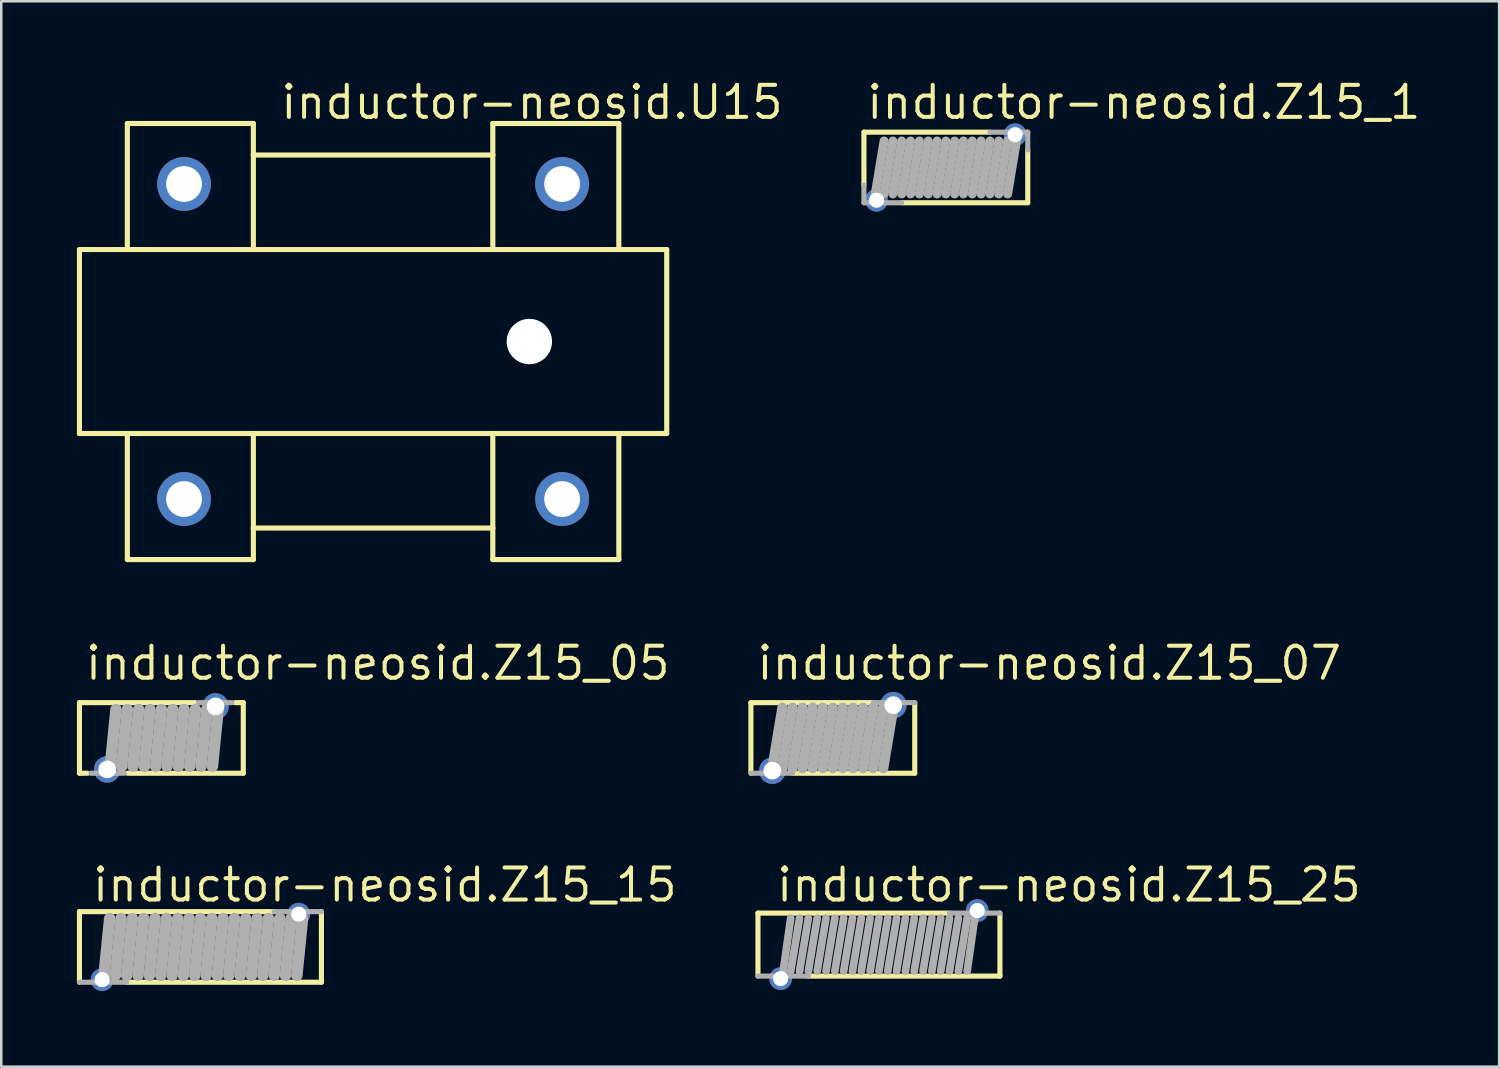
<source format=kicad_pcb>
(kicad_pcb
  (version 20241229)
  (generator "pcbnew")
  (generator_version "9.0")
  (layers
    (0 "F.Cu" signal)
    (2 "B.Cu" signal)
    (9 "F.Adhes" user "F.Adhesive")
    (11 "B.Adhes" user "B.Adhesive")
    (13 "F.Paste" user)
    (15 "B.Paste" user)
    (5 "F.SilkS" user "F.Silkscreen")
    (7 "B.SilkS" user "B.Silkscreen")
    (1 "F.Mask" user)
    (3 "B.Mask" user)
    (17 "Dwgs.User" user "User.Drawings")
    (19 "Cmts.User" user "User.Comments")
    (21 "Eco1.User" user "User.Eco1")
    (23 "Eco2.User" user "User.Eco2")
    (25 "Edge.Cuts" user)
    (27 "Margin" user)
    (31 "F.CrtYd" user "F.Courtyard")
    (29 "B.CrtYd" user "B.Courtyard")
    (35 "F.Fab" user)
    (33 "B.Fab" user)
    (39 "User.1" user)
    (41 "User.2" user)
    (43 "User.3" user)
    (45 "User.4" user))
  (footprint "inductor-neosid.Z15_05"
    (layer "F.Cu")
    (at 3.352 26.227)
    (property "Reference" "inductor-neosid.Z15_05" (at -3.1 -2.225 0) (layer "F.SilkS") (effects (font (size 1.27 1.27) (thickness 0.16)) (justify left bottom)))
    (attr through_hole)
    (fp_line (start -3.25 -1.4) (end -3.25 1.4) (stroke (width 0.203) (type default)) (layer "F.SilkS"))
    (fp_line (start -3.25 1.4) (end -2.925 1.4) (stroke (width 0.203) (type default)) (layer "F.SilkS"))
    (fp_line (start -1.35 1.4) (end 3.25 1.4) (stroke (width 0.203) (type default)) (layer "F.SilkS"))
    (fp_line (start 1.35 -1.4) (end -3.25 -1.4) (stroke (width 0.203) (type default)) (layer "F.SilkS"))
    (fp_line (start 3.25 -1.4) (end 2.925 -1.4) (stroke (width 0.203) (type default)) (layer "F.SilkS"))
    (fp_line (start 3.25 1.4) (end 3.25 -1.4) (stroke (width 0.203) (type default)) (layer "F.SilkS"))
    (fp_line (start -2.8 1.4) (end -1.475 1.4) (stroke (width 0.203) (type default)) (layer "F.Fab"))
    (fp_line (start -2.025 1.125) (end -1.8 -1.125) (stroke (width 0.457) (type default)) (layer "F.Fab"))
    (fp_line (start -1.575 1.125) (end -1.35 -1.125) (stroke (width 0.457) (type default)) (layer "F.Fab"))
    (fp_line (start -1.125 1.125) (end -0.9 -1.125) (stroke (width 0.457) (type default)) (layer "F.Fab"))
    (fp_line (start -0.675 1.125) (end -0.45 -1.125) (stroke (width 0.457) (type default)) (layer "F.Fab"))
    (fp_line (start -0.225 1.125) (end 0 -1.125) (stroke (width 0.457) (type default)) (layer "F.Fab"))
    (fp_line (start 0.225 1.125) (end 0.45 -1.125) (stroke (width 0.457) (type default)) (layer "F.Fab"))
    (fp_line (start 0.675 1.125) (end 0.9 -1.125) (stroke (width 0.457) (type default)) (layer "F.Fab"))
    (fp_line (start 1.125 1.125) (end 1.35 -1.125) (stroke (width 0.457) (type default)) (layer "F.Fab"))
    (fp_line (start 1.575 1.125) (end 1.8 -1.125) (stroke (width 0.457) (type default)) (layer "F.Fab"))
    (fp_line (start 2.025 1.125) (end 2.25 -1.125) (stroke (width 0.457) (type default)) (layer "F.Fab"))
    (fp_line (start 2.8 -1.4) (end 1.475 -1.4) (stroke (width 0.203) (type default)) (layer "F.Fab"))
    (pad "1" thru_hole circle (at -2.15 1.25) (size 1.05 1.05) (drill 0.7) (layers "*.Cu" "*.Mask"))
    (pad "2" thru_hole circle (at 2.15 -1.25) (size 1.05 1.05) (drill 0.7) (layers "*.Cu" "*.Mask")))
  (footprint "inductor-neosid.Z15_15"
    (layer "F.Cu")
    (at 4.902 34.519)
    (property "Reference" "inductor-neosid.Z15_15" (at -4.37 -1.717 0) (layer "F.SilkS") (effects (font (size 1.27 1.27) (thickness 0.16)) (justify left bottom)))
    (attr through_hole)
    (fp_line (start -4.8 -1.4) (end 2.925 -1.4) (stroke (width 0.203) (type default)) (layer "F.SilkS"))
    (fp_line (start -4.8 1.4) (end -4.8 -1.4) (stroke (width 0.203) (type default)) (layer "F.SilkS"))
    (fp_line (start 4.8 -1.4) (end 4.8 1.4) (stroke (width 0.203) (type default)) (layer "F.SilkS"))
    (fp_line (start 4.8 1.4) (end -2.925 1.4) (stroke (width 0.203) (type default)) (layer "F.SilkS"))
    (fp_line (start -3.825 1.125) (end -3.6 -1.125) (stroke (width 0.457) (type default)) (layer "F.Fab"))
    (fp_line (start -3.375 1.125) (end -3.15 -1.125) (stroke (width 0.457) (type default)) (layer "F.Fab"))
    (fp_line (start -2.925 1.125) (end -2.7 -1.125) (stroke (width 0.457) (type default)) (layer "F.Fab"))
    (fp_line (start -2.925 1.4) (end -4.8 1.4) (stroke (width 0.203) (type default)) (layer "F.Fab"))
    (fp_line (start -2.475 1.125) (end -2.25 -1.125) (stroke (width 0.457) (type default)) (layer "F.Fab"))
    (fp_line (start -2.025 1.125) (end -1.8 -1.125) (stroke (width 0.457) (type default)) (layer "F.Fab"))
    (fp_line (start -1.575 1.125) (end -1.35 -1.125) (stroke (width 0.457) (type default)) (layer "F.Fab"))
    (fp_line (start -1.125 1.125) (end -0.9 -1.125) (stroke (width 0.457) (type default)) (layer "F.Fab"))
    (fp_line (start -0.675 1.125) (end -0.45 -1.125) (stroke (width 0.457) (type default)) (layer "F.Fab"))
    (fp_line (start -0.225 1.125) (end 0 -1.125) (stroke (width 0.457) (type default)) (layer "F.Fab"))
    (fp_line (start 0.225 1.125) (end 0.45 -1.125) (stroke (width 0.457) (type default)) (layer "F.Fab"))
    (fp_line (start 0.675 1.125) (end 0.9 -1.125) (stroke (width 0.457) (type default)) (layer "F.Fab"))
    (fp_line (start 1.125 1.125) (end 1.35 -1.125) (stroke (width 0.457) (type default)) (layer "F.Fab"))
    (fp_line (start 1.575 1.125) (end 1.8 -1.125) (stroke (width 0.457) (type default)) (layer "F.Fab"))
    (fp_line (start 2.025 1.125) (end 2.25 -1.125) (stroke (width 0.457) (type default)) (layer "F.Fab"))
    (fp_line (start 2.475 1.125) (end 2.7 -1.125) (stroke (width 0.457) (type default)) (layer "F.Fab"))
    (fp_line (start 2.925 -1.4) (end 4.8 -1.4) (stroke (width 0.203) (type default)) (layer "F.Fab"))
    (fp_line (start 2.925 1.125) (end 3.15 -1.125) (stroke (width 0.457) (type default)) (layer "F.Fab"))
    (fp_line (start 3.375 1.125) (end 3.6 -1.125) (stroke (width 0.457) (type default)) (layer "F.Fab"))
    (fp_line (start 3.825 1.125) (end 4.05 -1.125) (stroke (width 0.457) (type default)) (layer "F.Fab"))
    (pad "1" thru_hole circle (at -3.9 1.3) (size 0.9 0.9) (drill 0.6) (layers "*.Cu" "*.Mask"))
    (pad "2" thru_hole circle (at 3.9 -1.3) (size 0.9 0.9) (drill 0.6) (layers "*.Cu" "*.Mask")))
  (footprint "inductor-neosid.Z15_1"
    (layer "F.Cu")
    (at 34.476 3.594)
    (property "Reference" "inductor-neosid.Z15_1" (at -3.227 -1.844 0) (layer "F.SilkS") (effects (font (size 1.27 1.27) (thickness 0.16)) (justify left bottom)))
    (attr through_hole)
    (fp_line (start -3.25 -1.4) (end -3.25 0.7) (stroke (width 0.203) (type default)) (layer "F.SilkS"))
    (fp_line (start -1.75 1.4) (end 3.25 1.4) (stroke (width 0.203) (type default)) (layer "F.SilkS"))
    (fp_line (start 1.75 -1.4) (end -3.25 -1.4) (stroke (width 0.203) (type default)) (layer "F.SilkS"))
    (fp_line (start 3.25 1.4) (end 3.25 -0.7) (stroke (width 0.203) (type default)) (layer "F.SilkS"))
    (fp_line (start -3.25 0.7) (end -3.25 1.4) (stroke (width 0.203) (type default)) (layer "F.Fab"))
    (fp_line (start -3.25 1.4) (end -1.75 1.4) (stroke (width 0.203) (type default)) (layer "F.Fab"))
    (fp_line (start -2.8 1.05) (end -2.45 -1.05) (stroke (width 0.356) (type default)) (layer "F.Fab"))
    (fp_line (start -2.45 1.05) (end -2.1 -1.05) (stroke (width 0.356) (type default)) (layer "F.Fab"))
    (fp_line (start -2.1 1.05) (end -1.75 -1.05) (stroke (width 0.356) (type default)) (layer "F.Fab"))
    (fp_line (start -1.75 1.05) (end -1.4 -1.05) (stroke (width 0.356) (type default)) (layer "F.Fab"))
    (fp_line (start -1.4 1.05) (end -1.05 -1.05) (stroke (width 0.356) (type default)) (layer "F.Fab"))
    (fp_line (start -1.05 1.05) (end -0.7 -1.05) (stroke (width 0.356) (type default)) (layer "F.Fab"))
    (fp_line (start -0.7 1.05) (end -0.35 -1.05) (stroke (width 0.356) (type default)) (layer "F.Fab"))
    (fp_line (start -0.35 1.05) (end 0 -1.05) (stroke (width 0.356) (type default)) (layer "F.Fab"))
    (fp_line (start 0 1.05) (end 0.35 -1.05) (stroke (width 0.356) (type default)) (layer "F.Fab"))
    (fp_line (start 0.35 1.05) (end 0.7 -1.05) (stroke (width 0.356) (type default)) (layer "F.Fab"))
    (fp_line (start 0.7 1.05) (end 1.05 -1.05) (stroke (width 0.356) (type default)) (layer "F.Fab"))
    (fp_line (start 1.05 1.05) (end 1.4 -1.05) (stroke (width 0.356) (type default)) (layer "F.Fab"))
    (fp_line (start 1.4 1.05) (end 1.75 -1.05) (stroke (width 0.356) (type default)) (layer "F.Fab"))
    (fp_line (start 1.75 1.05) (end 2.1 -1.05) (stroke (width 0.356) (type default)) (layer "F.Fab"))
    (fp_line (start 2.1 1.05) (end 2.45 -1.05) (stroke (width 0.356) (type default)) (layer "F.Fab"))
    (fp_line (start 2.45 1.05) (end 2.8 -1.05) (stroke (width 0.356) (type default)) (layer "F.Fab"))
    (fp_line (start 3.25 -1.4) (end 1.75 -1.4) (stroke (width 0.203) (type default)) (layer "F.Fab"))
    (fp_line (start 3.25 -0.7) (end 3.25 -1.4) (stroke (width 0.203) (type default)) (layer "F.Fab"))
    (pad "1" thru_hole circle (at -2.75 1.3) (size 0.9 0.9) (drill 0.6) (layers "*.Cu" "*.Mask"))
    (pad "2" thru_hole circle (at 2.75 -1.3) (size 0.9 0.9) (drill 0.6) (layers "*.Cu" "*.Mask")))
  (footprint "inductor-neosid.U15"
    (layer "F.Cu")
    (at 11.752 10.5)
    (property "Reference" "inductor-neosid.U15" (at -3.75 -8.75 0) (layer "F.SilkS") (effects (font (size 1.27 1.27) (thickness 0.16)) (justify left bottom)))
    (attr through_hole)
    (fp_line (start -11.65 -3.65) (end -11.65 3.65) (stroke (width 0.203) (type default)) (layer "F.SilkS"))
    (fp_line (start -11.65 3.65) (end -9.75 3.65) (stroke (width 0.203) (type default)) (layer "F.SilkS"))
    (fp_line (start -9.75 -8.65) (end -9.75 -3.65) (stroke (width 0.203) (type default)) (layer "F.SilkS"))
    (fp_line (start -9.75 -3.65) (end -11.65 -3.65) (stroke (width 0.203) (type default)) (layer "F.SilkS"))
    (fp_line (start -9.75 3.65) (end -9.75 8.65) (stroke (width 0.203) (type default)) (layer "F.SilkS"))
    (fp_line (start -9.75 3.65) (end -4.75 3.65) (stroke (width 0.203) (type default)) (layer "F.SilkS"))
    (fp_line (start -9.75 8.65) (end -4.75 8.65) (stroke (width 0.203) (type default)) (layer "F.SilkS"))
    (fp_line (start -4.75 -8.65) (end -9.75 -8.65) (stroke (width 0.203) (type default)) (layer "F.SilkS"))
    (fp_line (start -4.75 -8.65) (end -4.75 -7.4) (stroke (width 0.203) (type default)) (layer "F.SilkS"))
    (fp_line (start -4.75 -7.4) (end -4.75 -3.65) (stroke (width 0.203) (type default)) (layer "F.SilkS"))
    (fp_line (start -4.75 -3.65) (end -9.75 -3.65) (stroke (width 0.203) (type default)) (layer "F.SilkS"))
    (fp_line (start -4.75 3.65) (end -4.75 7.4) (stroke (width 0.203) (type default)) (layer "F.SilkS"))
    (fp_line (start -4.75 3.65) (end 4.75 3.65) (stroke (width 0.203) (type default)) (layer "F.SilkS"))
    (fp_line (start -4.75 7.4) (end -4.75 8.65) (stroke (width 0.203) (type default)) (layer "F.SilkS"))
    (fp_line (start -4.75 7.4) (end 4.75 7.4) (stroke (width 0.203) (type default)) (layer "F.SilkS"))
    (fp_line (start 4.75 -7.4) (end -4.75 -7.4) (stroke (width 0.203) (type default)) (layer "F.SilkS"))
    (fp_line (start 4.75 -7.4) (end 4.75 -8.65) (stroke (width 0.203) (type default)) (layer "F.SilkS"))
    (fp_line (start 4.75 -3.65) (end -4.75 -3.65) (stroke (width 0.203) (type default)) (layer "F.SilkS"))
    (fp_line (start 4.75 -3.65) (end 4.75 -7.4) (stroke (width 0.203) (type default)) (layer "F.SilkS"))
    (fp_line (start 4.75 3.65) (end 9.75 3.65) (stroke (width 0.203) (type default)) (layer "F.SilkS"))
    (fp_line (start 4.75 7.4) (end 4.75 3.65) (stroke (width 0.203) (type default)) (layer "F.SilkS"))
    (fp_line (start 4.75 8.65) (end 4.75 7.4) (stroke (width 0.203) (type default)) (layer "F.SilkS"))
    (fp_line (start 4.75 8.65) (end 9.75 8.65) (stroke (width 0.203) (type default)) (layer "F.SilkS"))
    (fp_line (start 9.75 -8.65) (end 4.75 -8.65) (stroke (width 0.203) (type default)) (layer "F.SilkS"))
    (fp_line (start 9.75 -3.65) (end 4.75 -3.65) (stroke (width 0.203) (type default)) (layer "F.SilkS"))
    (fp_line (start 9.75 -3.65) (end 9.75 -8.65) (stroke (width 0.203) (type default)) (layer "F.SilkS"))
    (fp_line (start 9.75 3.65) (end 11.65 3.65) (stroke (width 0.203) (type default)) (layer "F.SilkS"))
    (fp_line (start 9.75 8.65) (end 9.75 3.65) (stroke (width 0.203) (type default)) (layer "F.SilkS"))
    (fp_line (start 11.65 -3.65) (end 9.75 -3.65) (stroke (width 0.203) (type default)) (layer "F.SilkS"))
    (fp_line (start 11.65 3.65) (end 11.65 -3.65) (stroke (width 0.203) (type default)) (layer "F.SilkS"))
    (pad "" np_thru_hole circle (at 6.2 0) (size 1.8 1.8) (drill 1.8) (layers "*.Cu" "*.Mask"))
    (pad "1" thru_hole circle (at -7.5 6.25) (size 2.134 2.134) (drill 1.422) (layers "*.Cu" "*.Mask"))
    (pad "2" thru_hole circle (at -7.5 -6.25) (size 2.134 2.134) (drill 1.422) (layers "*.Cu" "*.Mask"))
    (pad "3" thru_hole circle (at 7.5 6.25) (size 2.134 2.134) (drill 1.422) (layers "*.Cu" "*.Mask"))
    (pad "4" thru_hole circle (at 7.5 -6.25) (size 2.134 2.134) (drill 1.422) (layers "*.Cu" "*.Mask")))
  (footprint "inductor-neosid.Z15_07"
    (layer "F.Cu")
    (at 29.992 26.227)
    (property "Reference" "inductor-neosid.Z15_07" (at -3.1 -2.225 0) (layer "F.SilkS") (effects (font (size 1.27 1.27) (thickness 0.16)) (justify left bottom)))
    (attr through_hole)
    (fp_line (start -3.25 -1.4) (end -3.25 1.4) (stroke (width 0.203) (type default)) (layer "F.SilkS"))
    (fp_line (start -1.6 1.4) (end 3.25 1.4) (stroke (width 0.203) (type default)) (layer "F.SilkS"))
    (fp_line (start 1.6 -1.4) (end -3.25 -1.4) (stroke (width 0.203) (type default)) (layer "F.SilkS"))
    (fp_line (start 3.25 1.4) (end 3.25 -1.4) (stroke (width 0.203) (type default)) (layer "F.SilkS"))
    (fp_line (start -3.25 1.4) (end -1.6 1.4) (stroke (width 0.203) (type default)) (layer "F.Fab"))
    (fp_line (start -2.4 1.2) (end -2 -1.2) (stroke (width 0.406) (type default)) (layer "F.Fab"))
    (fp_line (start -2 1.2) (end -1.6 -1.2) (stroke (width 0.406) (type default)) (layer "F.Fab"))
    (fp_line (start -1.6 1.2) (end -1.2 -1.2) (stroke (width 0.406) (type default)) (layer "F.Fab"))
    (fp_line (start -1.2 1.2) (end -0.8 -1.2) (stroke (width 0.406) (type default)) (layer "F.Fab"))
    (fp_line (start -0.8 1.2) (end -0.4 -1.2) (stroke (width 0.406) (type default)) (layer "F.Fab"))
    (fp_line (start -0.4 1.2) (end 0 -1.2) (stroke (width 0.406) (type default)) (layer "F.Fab"))
    (fp_line (start 0 1.2) (end 0.4 -1.2) (stroke (width 0.406) (type default)) (layer "F.Fab"))
    (fp_line (start 0.4 1.2) (end 0.8 -1.2) (stroke (width 0.406) (type default)) (layer "F.Fab"))
    (fp_line (start 0.8 1.2) (end 1.2 -1.2) (stroke (width 0.406) (type default)) (layer "F.Fab"))
    (fp_line (start 1.2 1.2) (end 1.6 -1.2) (stroke (width 0.406) (type default)) (layer "F.Fab"))
    (fp_line (start 1.6 1.2) (end 2 -1.2) (stroke (width 0.406) (type default)) (layer "F.Fab"))
    (fp_line (start 2 1.2) (end 2.4 -1.2) (stroke (width 0.406) (type default)) (layer "F.Fab"))
    (fp_line (start 3.25 -1.4) (end 1.6 -1.4) (stroke (width 0.203) (type default)) (layer "F.Fab"))
    (pad "1" thru_hole circle (at -2.4 1.3) (size 1.05 1.05) (drill 0.7) (layers "*.Cu" "*.Mask"))
    (pad "2" thru_hole circle (at 2.4 -1.3) (size 1.05 1.05) (drill 0.7) (layers "*.Cu" "*.Mask")))
  (footprint "inductor-neosid.Z15_25"
    (layer "F.Cu")
    (at 31.822 34.427)
    (property "Reference" "inductor-neosid.Z15_25" (at -4.15 -1.625 0) (layer "F.SilkS") (effects (font (size 1.27 1.27) (thickness 0.16)) (justify left bottom)))
    (attr through_hole)
    (fp_line (start -4.8 -1.25) (end -4.8 1.25) (stroke (width 0.203) (type default)) (layer "F.SilkS"))
    (fp_line (start -2.8 1.25) (end 4.8 1.25) (stroke (width 0.203) (type default)) (layer "F.SilkS"))
    (fp_line (start 2.8 -1.25) (end -4.8 -1.25) (stroke (width 0.203) (type default)) (layer "F.SilkS"))
    (fp_line (start 4.8 1.25) (end 4.8 -1.25) (stroke (width 0.203) (type default)) (layer "F.SilkS"))
    (fp_line (start -4.8 1.25) (end -2.8 1.25) (stroke (width 0.203) (type default)) (layer "F.Fab"))
    (fp_line (start -3.85 1.4) (end -3.5 -1.05) (stroke (width 0.305) (type default)) (layer "F.Fab"))
    (fp_line (start -3.5 1.05) (end -3.15 -1.05) (stroke (width 0.305) (type default)) (layer "F.Fab"))
    (fp_line (start -3.15 1.05) (end -2.8 -1.05) (stroke (width 0.305) (type default)) (layer "F.Fab"))
    (fp_line (start -2.8 1.05) (end -2.45 -1.05) (stroke (width 0.305) (type default)) (layer "F.Fab"))
    (fp_line (start -2.45 1.05) (end -2.1 -1.05) (stroke (width 0.305) (type default)) (layer "F.Fab"))
    (fp_line (start -2.1 1.05) (end -1.75 -1.05) (stroke (width 0.305) (type default)) (layer "F.Fab"))
    (fp_line (start -1.75 1.05) (end -1.4 -1.05) (stroke (width 0.305) (type default)) (layer "F.Fab"))
    (fp_line (start -1.4 1.05) (end -1.05 -1.05) (stroke (width 0.305) (type default)) (layer "F.Fab"))
    (fp_line (start -1.05 1.05) (end -0.7 -1.05) (stroke (width 0.305) (type default)) (layer "F.Fab"))
    (fp_line (start -0.7 1.05) (end -0.35 -1.05) (stroke (width 0.305) (type default)) (layer "F.Fab"))
    (fp_line (start -0.35 1.05) (end 0 -1.05) (stroke (width 0.305) (type default)) (layer "F.Fab"))
    (fp_line (start 0 1.05) (end 0.35 -1.05) (stroke (width 0.305) (type default)) (layer "F.Fab"))
    (fp_line (start 0.35 1.05) (end 0.7 -1.05) (stroke (width 0.305) (type default)) (layer "F.Fab"))
    (fp_line (start 0.7 1.05) (end 1.05 -1.05) (stroke (width 0.305) (type default)) (layer "F.Fab"))
    (fp_line (start 1.05 1.05) (end 1.4 -1.05) (stroke (width 0.305) (type default)) (layer "F.Fab"))
    (fp_line (start 1.4 1.05) (end 1.75 -1.05) (stroke (width 0.305) (type default)) (layer "F.Fab"))
    (fp_line (start 1.75 1.05) (end 2.1 -1.05) (stroke (width 0.305) (type default)) (layer "F.Fab"))
    (fp_line (start 2.1 1.05) (end 2.45 -1.05) (stroke (width 0.305) (type default)) (layer "F.Fab"))
    (fp_line (start 2.45 1.05) (end 2.8 -1.05) (stroke (width 0.305) (type default)) (layer "F.Fab"))
    (fp_line (start 2.8 1.05) (end 3.15 -1.05) (stroke (width 0.305) (type default)) (layer "F.Fab"))
    (fp_line (start 3.15 1.05) (end 3.5 -1.05) (stroke (width 0.305) (type default)) (layer "F.Fab"))
    (fp_line (start 3.5 1.05) (end 3.85 -1.4) (stroke (width 0.305) (type default)) (layer "F.Fab"))
    (fp_line (start 4.8 -1.25) (end 2.8 -1.25) (stroke (width 0.203) (type default)) (layer "F.Fab"))
    (pad "1" thru_hole circle (at -3.9 1.35) (size 0.9 0.9) (drill 0.6) (layers "*.Cu" "*.Mask"))
    (pad "2" thru_hole circle (at 3.9 -1.35) (size 0.9 0.9) (drill 0.6) (layers "*.Cu" "*.Mask")))
  (gr_rect
    (start -3 -3)
    (end 56.428 39.269)
    (stroke (width 0.1) (type default))
    (fill no)
    (layer "Edge.Cuts")))
</source>
